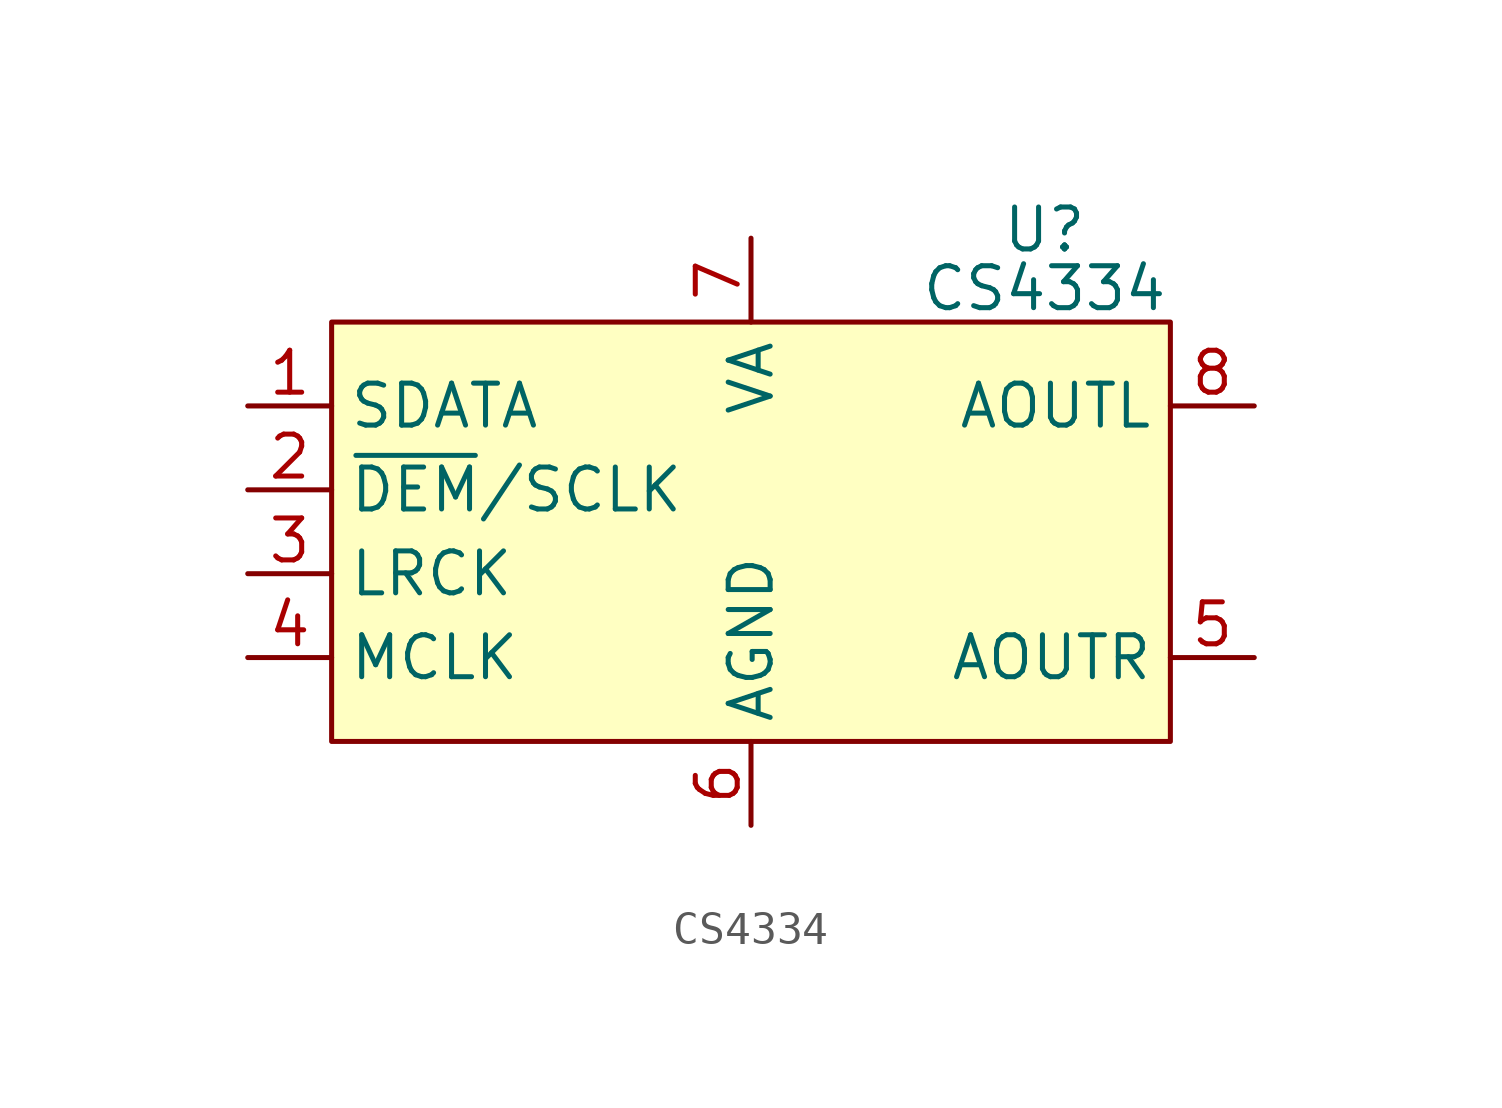
<source format=kicad_sym>
(kicad_symbol_lib
  (version 20231120)
  (generator "kicad_symbol_editor")
  (generator_version "8.0")
  (symbol "CS4334"
    (property "Reference" "U"
      (at 8.89 5.334 0)
      (effects (font (size 1.27 1.27))))
    (property "Value" "CS4334"
      (at 8.89 3.556 0)
      (effects (font (size 1.27 1.27))))
    (symbol "CS4334_1_1"
      (rectangle (start -12.7 2.54) (end 12.7 -10.16) (stroke (width 0) (type default)) (fill (type background)))
      (pin input line (at -15.24 0 0) (length 2.54) (name "SDATA" (effects (font (size 1.27 1.27)))) (number "1" (effects (font (size 1.27 1.27)))))
      (pin input line (at -15.24 -2.54 0) (length 2.54) (name "~{DEM}/SCLK" (effects (font (size 1.27 1.27)))) (number "2" (effects (font (size 1.27 1.27)))))
      (pin input line (at -15.24 -5.08 0) (length 2.54) (name "LRCK" (effects (font (size 1.27 1.27)))) (number "3" (effects (font (size 1.27 1.27)))))
      (pin input line (at -15.24 -7.62 0) (length 2.54) (name "MCLK" (effects (font (size 1.27 1.27)))) (number "4" (effects (font (size 1.27 1.27)))))
      (pin output line (at 15.24 -7.62 180) (length 2.54) (name "AOUTR" (effects (font (size 1.27 1.27)))) (number "5" (effects (font (size 1.27 1.27)))))
      (pin power_in line (at 0 -12.7 90) (length 2.54) (name "AGND" (effects (font (size 1.27 1.27)))) (number "6" (effects (font (size 1.27 1.27)))))
      (pin power_in line (at 0 5.08 270) (length 2.54) (name "VA" (effects (font (size 1.27 1.27)))) (number "7" (effects (font (size 1.27 1.27)))))
      (pin output line (at 15.24 0 180) (length 2.54) (name "AOUTL" (effects (font (size 1.27 1.27)))) (number "8" (effects (font (size 1.27 1.27))))))))
</source>
